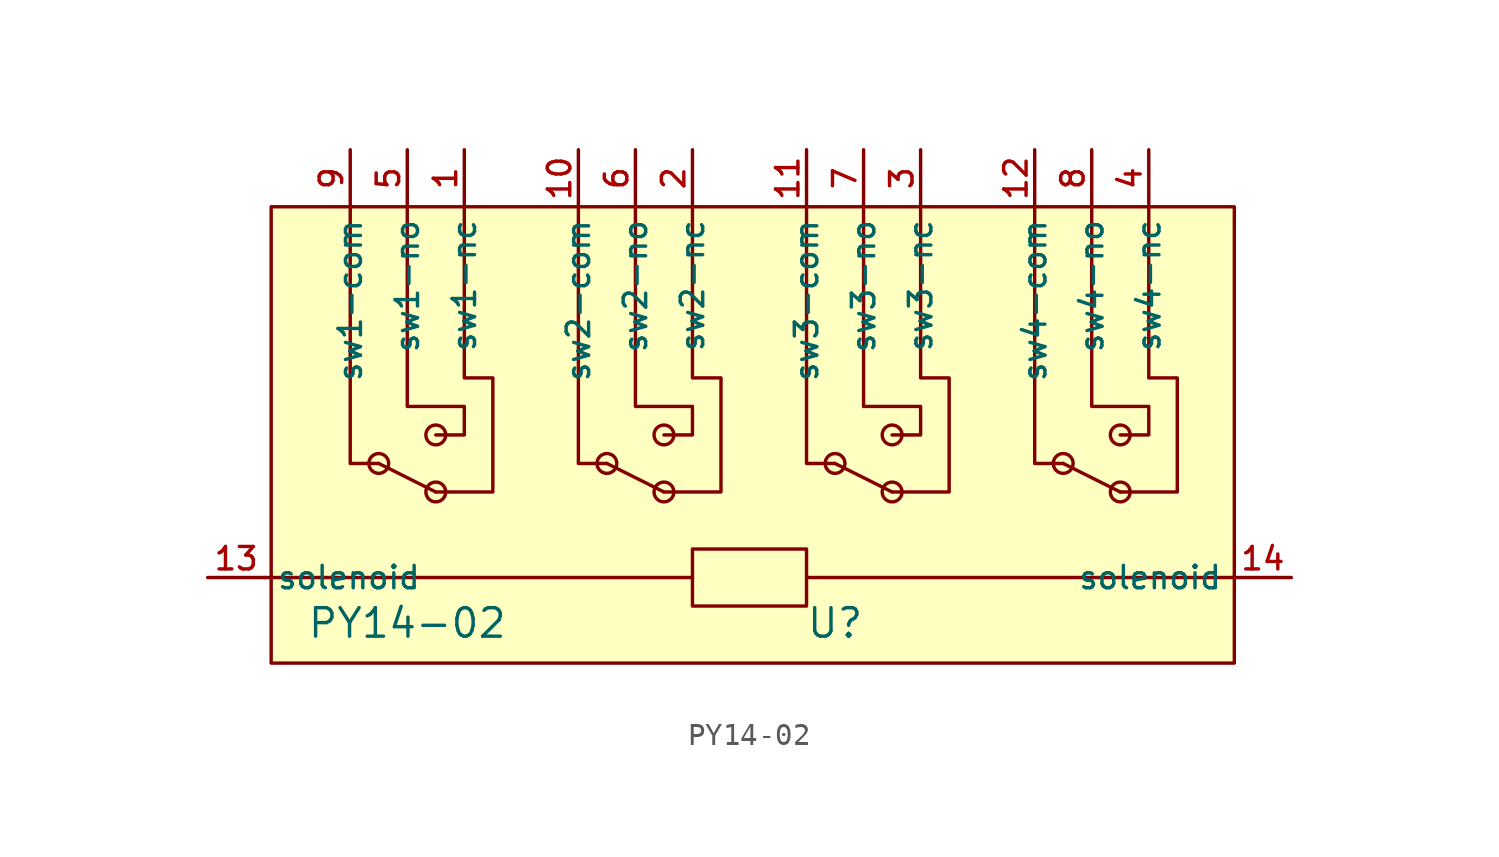
<source format=kicad_sym>
(kicad_symbol_lib
  (version 20231120)
  (generator "kicad_symbol_editor")
  (generator_version "8.0")
  (symbol "PY14-02"
    (property "Reference" "U"
      (at 3.81 -16.002 0)
      (effects (font (size 1.27 1.27))))
    (property "Value" "PY14-02"
      (at -15.24 -16.002 0)
      (effects (font (size 1.27 1.27))))
    (symbol "PY14-02_0_1"
      (rectangle (start -21.301 2.54) (end 21.59 -17.78) (stroke (width 0) (type default)) (fill (type background)))
      (circle (center -16.51 -8.89) (radius 0.441) (stroke (width 0) (type default)) (fill (type none)))
      (circle (center -13.97 -10.16) (radius 0.441) (stroke (width 0) (type default)) (fill (type none)))
      (circle (center -13.97 -7.62) (radius 0.441) (stroke (width 0) (type default)) (fill (type none)))
      (circle (center -6.35 -8.89) (radius 0.441) (stroke (width 0) (type default)) (fill (type none)))
      (circle (center -3.81 -10.16) (radius 0.441) (stroke (width 0) (type default)) (fill (type none)))
      (circle (center -3.81 -7.62) (radius 0.441) (stroke (width 0) (type default)) (fill (type none)))
      (rectangle (start -2.54 -12.7) (end 2.54 -15.24) (stroke (width 0) (type default)) (fill (type none)))
      (polyline (pts (xy -21.59 -13.97) (xy -2.54 -13.97)) (stroke (width 0) (type default)) (fill (type none)))
      (polyline (pts (xy -16.51 -8.89) (xy -13.97 -10.16)) (stroke (width 0) (type default)) (fill (type none)))
      (polyline (pts (xy -6.35 -8.89) (xy -3.81 -10.16)) (stroke (width 0) (type default)) (fill (type none)))
      (polyline (pts (xy 3.81 -8.89) (xy 6.35 -10.16)) (stroke (width 0) (type default)) (fill (type none)))
      (polyline (pts (xy 13.97 -8.89) (xy 16.51 -10.16)) (stroke (width 0) (type default)) (fill (type none)))
      (polyline (pts (xy 21.59 -13.97) (xy 2.54 -13.97)) (stroke (width 0) (type default)) (fill (type none)))
      (polyline (pts (xy -16.51 -8.89) (xy -17.78 -8.89) (xy -17.78 2.54)) (stroke (width 0) (type default)) (fill (type none)))
      (polyline (pts (xy -6.35 -8.89) (xy -7.62 -8.89) (xy -7.62 2.54)) (stroke (width 0) (type default)) (fill (type none)))
      (polyline (pts (xy 3.81 -8.89) (xy 2.54 -8.89) (xy 2.54 2.54)) (stroke (width 0) (type default)) (fill (type none)))
      (polyline (pts (xy 13.97 -8.89) (xy 12.7 -8.89) (xy 12.7 2.54)) (stroke (width 0) (type default)) (fill (type none)))
      (polyline (pts (xy -13.97 -10.16) (xy -11.43 -10.16) (xy -11.43 -5.08) (xy -12.7 -5.08) (xy -12.7 2.54)) (stroke (width 0) (type default)) (fill (type none)))
      (polyline (pts (xy -13.97 -7.62) (xy -12.7 -7.62) (xy -12.7 -6.35) (xy -15.24 -6.35) (xy -15.24 2.54)) (stroke (width 0) (type default)) (fill (type none)))
      (polyline (pts (xy -3.81 -10.16) (xy -1.27 -10.16) (xy -1.27 -5.08) (xy -2.54 -5.08) (xy -2.54 2.54)) (stroke (width 0) (type default)) (fill (type none)))
      (polyline (pts (xy -3.81 -7.62) (xy -2.54 -7.62) (xy -2.54 -6.35) (xy -5.08 -6.35) (xy -5.08 2.54)) (stroke (width 0) (type default)) (fill (type none)))
      (polyline (pts (xy 6.35 -10.16) (xy 8.89 -10.16) (xy 8.89 -5.08) (xy 7.62 -5.08) (xy 7.62 2.54)) (stroke (width 0) (type default)) (fill (type none)))
      (polyline (pts (xy 6.35 -7.62) (xy 7.62 -7.62) (xy 7.62 -6.35) (xy 5.08 -6.35) (xy 5.08 2.54)) (stroke (width 0) (type default)) (fill (type none)))
      (polyline (pts (xy 16.51 -10.16) (xy 19.05 -10.16) (xy 19.05 -5.08) (xy 17.78 -5.08) (xy 17.78 2.54)) (stroke (width 0) (type default)) (fill (type none)))
      (polyline (pts (xy 16.51 -7.62) (xy 17.78 -7.62) (xy 17.78 -6.35) (xy 15.24 -6.35) (xy 15.24 2.54)) (stroke (width 0) (type default)) (fill (type none)))
      (circle (center 3.81 -8.89) (radius 0.441) (stroke (width 0) (type default)) (fill (type none)))
      (circle (center 6.35 -10.16) (radius 0.441) (stroke (width 0) (type default)) (fill (type none)))
      (circle (center 6.35 -7.62) (radius 0.441) (stroke (width 0) (type default)) (fill (type none)))
      (circle (center 13.97 -8.89) (radius 0.441) (stroke (width 0) (type default)) (fill (type none)))
      (circle (center 16.51 -10.16) (radius 0.441) (stroke (width 0) (type default)) (fill (type none)))
      (circle (center 16.51 -7.62) (radius 0.441) (stroke (width 0) (type default)) (fill (type none))))
    (symbol "PY14-02_1_1"
      (pin unspecified line (at -12.7 5.08 270) (length 2.54) (name "sw1-nc" (effects (font (size 1 1)))) (number "1" (effects (font (size 1 1)))))
      (pin unspecified line (at -7.62 5.08 270) (length 2.54) (name "sw2-com" (effects (font (size 1 1)))) (number "10" (effects (font (size 1 1)))))
      (pin unspecified line (at 2.54 5.08 270) (length 2.54) (name "sw3-com" (effects (font (size 1 1)))) (number "11" (effects (font (size 1 1)))))
      (pin unspecified line (at 12.7 5.08 270) (length 2.54) (name "sw4-com" (effects (font (size 1 1)))) (number "12" (effects (font (size 1 1)))))
      (pin unspecified line (at -24.13 -13.97 0) (length 2.54) (name "solenoid" (effects (font (size 1 1)))) (number "13" (effects (font (size 1 1)))))
      (pin unspecified line (at 24.13 -13.97 180) (length 2.54) (name "solenoid" (effects (font (size 1 1)))) (number "14" (effects (font (size 1 1)))))
      (pin unspecified line (at -2.54 5.08 270) (length 2.54) (name "sw2-nc" (effects (font (size 1 1)))) (number "2" (effects (font (size 1 1)))))
      (pin unspecified line (at 7.62 5.08 270) (length 2.54) (name "sw3-nc" (effects (font (size 1 1)))) (number "3" (effects (font (size 1 1)))))
      (pin unspecified line (at 17.78 5.08 270) (length 2.54) (name "sw4-nc" (effects (font (size 1 1)))) (number "4" (effects (font (size 1 1)))))
      (pin unspecified line (at -15.24 5.08 270) (length 2.54) (name "sw1-no" (effects (font (size 1 1)))) (number "5" (effects (font (size 1 1)))))
      (pin unspecified line (at -5.08 5.08 270) (length 2.54) (name "sw2-no" (effects (font (size 1 1)))) (number "6" (effects (font (size 1 1)))))
      (pin unspecified line (at 5.08 5.08 270) (length 2.54) (name "sw3-no" (effects (font (size 1 1)))) (number "7" (effects (font (size 1 1)))))
      (pin unspecified line (at 15.24 5.08 270) (length 2.54) (name "sw4-no" (effects (font (size 1 1)))) (number "8" (effects (font (size 1 1)))))
      (pin unspecified line (at -17.78 5.08 270) (length 2.54) (name "sw1-com" (effects (font (size 1 1)))) (number "9" (effects (font (size 1 1))))))))
</source>
